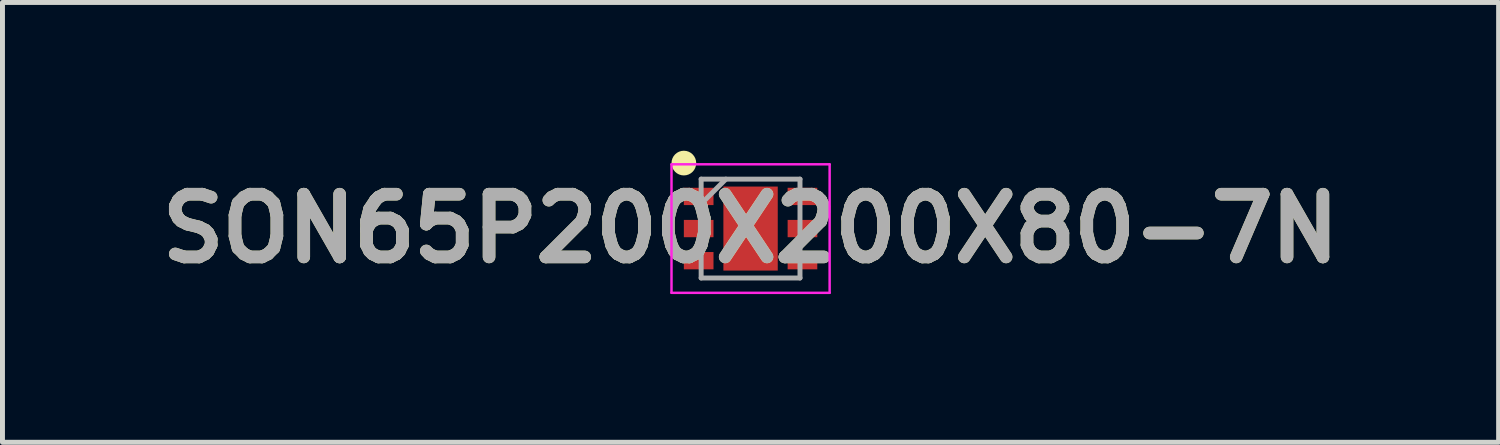
<source format=kicad_pcb>
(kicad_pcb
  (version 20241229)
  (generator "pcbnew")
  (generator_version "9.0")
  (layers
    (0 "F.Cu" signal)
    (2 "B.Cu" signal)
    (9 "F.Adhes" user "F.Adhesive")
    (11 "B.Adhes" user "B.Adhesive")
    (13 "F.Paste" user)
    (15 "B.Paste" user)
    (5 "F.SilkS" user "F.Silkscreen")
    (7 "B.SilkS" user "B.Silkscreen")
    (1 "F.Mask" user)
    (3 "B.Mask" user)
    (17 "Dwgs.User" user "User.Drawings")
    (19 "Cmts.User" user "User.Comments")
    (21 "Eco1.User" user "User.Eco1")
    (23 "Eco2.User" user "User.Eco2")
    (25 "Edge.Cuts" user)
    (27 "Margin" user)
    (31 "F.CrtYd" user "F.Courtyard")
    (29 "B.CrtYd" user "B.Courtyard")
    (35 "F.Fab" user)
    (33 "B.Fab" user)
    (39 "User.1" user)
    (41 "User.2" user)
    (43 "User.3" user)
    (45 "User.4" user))
  (footprint "SON65P200X200X80-7N"
    (layer "F.Cu")
    (at 12.138 1.575)
    (property "Reference" "SON65P200X200X80-7N" (at 0 0 0) (layer "F.SilkS") (effects (font (size 1.27 1.27) (thickness 0.254))))
    (attr smd)
    (fp_circle (center -1.35 -1.325) (end -1.35 -1.2) (stroke (width 0.25) (type solid)) (fill no) (layer "F.SilkS"))
    (fp_line (start -1.6 -1.3) (end 1.6 -1.3) (stroke (width 0.05) (type solid)) (layer "F.CrtYd"))
    (fp_line (start -1.6 1.3) (end -1.6 -1.3) (stroke (width 0.05) (type solid)) (layer "F.CrtYd"))
    (fp_line (start 1.6 -1.3) (end 1.6 1.3) (stroke (width 0.05) (type solid)) (layer "F.CrtYd"))
    (fp_line (start 1.6 1.3) (end -1.6 1.3) (stroke (width 0.05) (type solid)) (layer "F.CrtYd"))
    (fp_line (start -1 -1) (end 1 -1) (stroke (width 0.1) (type solid)) (layer "F.Fab"))
    (fp_line (start -1 -0.5) (end -0.5 -1) (stroke (width 0.1) (type solid)) (layer "F.Fab"))
    (fp_line (start -1 1) (end -1 -1) (stroke (width 0.1) (type solid)) (layer "F.Fab"))
    (fp_line (start 1 -1) (end 1 1) (stroke (width 0.1) (type solid)) (layer "F.Fab"))
    (fp_line (start 1 1) (end -1 1) (stroke (width 0.1) (type solid)) (layer "F.Fab"))
    (fp_text user "${REFERENCE}" (at 0 0 0) (layer "F.Fab") (effects (font (size 1.27 1.27) (thickness 0.254))))
    (pad "1" smd rect (at -1.05 -0.65 90) (size 0.35 0.6) (layers "F.Cu" "F.Mask" "F.Paste"))
    (pad "2" smd rect (at -1.05 0 90) (size 0.35 0.6) (layers "F.Cu" "F.Mask" "F.Paste"))
    (pad "3" smd rect (at -1.05 0.65 90) (size 0.35 0.6) (layers "F.Cu" "F.Mask" "F.Paste"))
    (pad "4" smd rect (at 1.05 0.65 90) (size 0.35 0.6) (layers "F.Cu" "F.Mask" "F.Paste"))
    (pad "5" smd rect (at 1.05 0 90) (size 0.35 0.6) (layers "F.Cu" "F.Mask" "F.Paste"))
    (pad "6" smd rect (at 1.05 -0.65 90) (size 0.35 0.6) (layers "F.Cu" "F.Mask" "F.Paste"))
    (pad "7" smd rect (at 0 0) (size 1.1 1.7) (layers "F.Cu" "F.Mask" "F.Paste")))
  (gr_rect
    (start -3 -3)
    (end 27.275 5.9)
    (stroke (width 0.1) (type default))
    (fill no)
    (layer "Edge.Cuts")))
</source>
